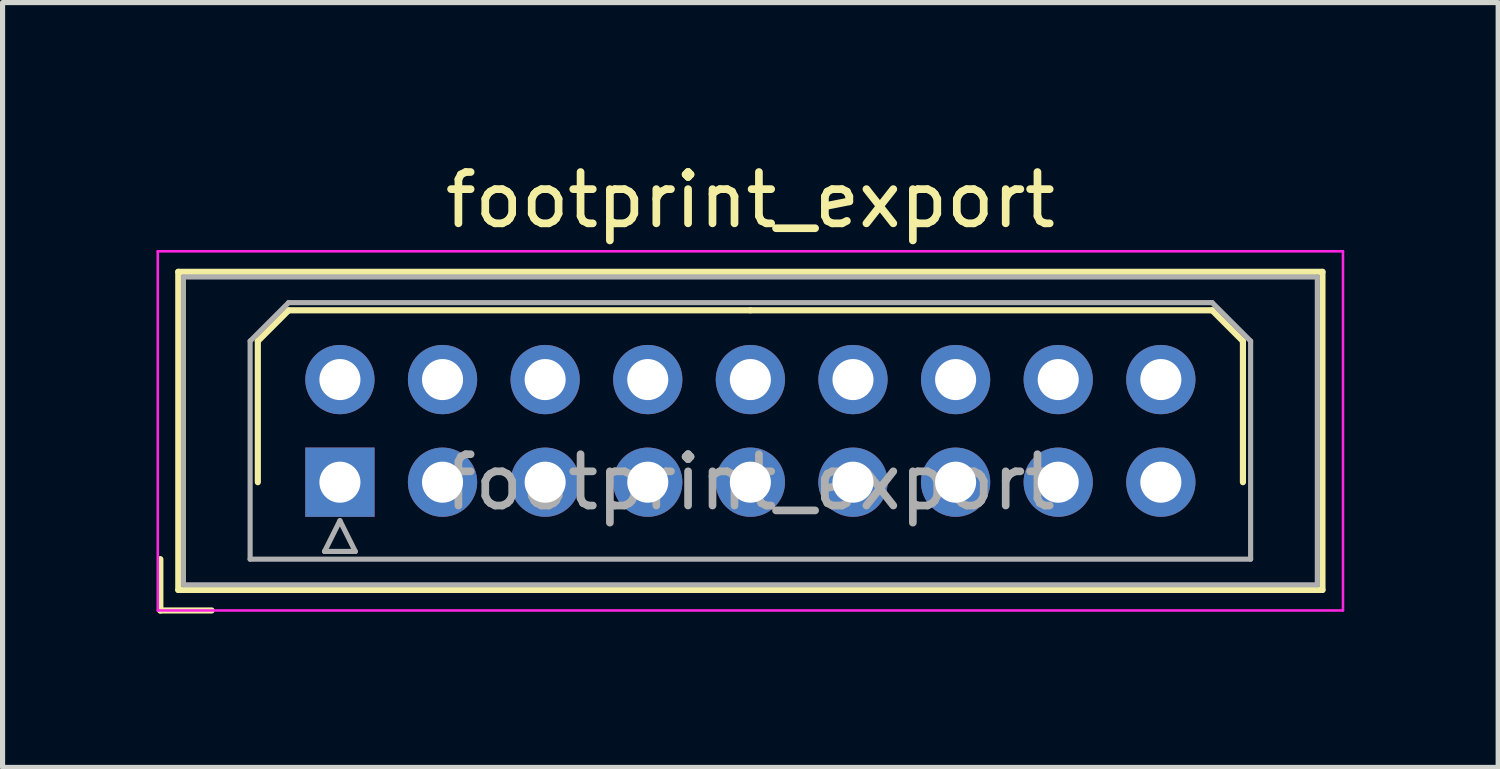
<source format=kicad_pcb>
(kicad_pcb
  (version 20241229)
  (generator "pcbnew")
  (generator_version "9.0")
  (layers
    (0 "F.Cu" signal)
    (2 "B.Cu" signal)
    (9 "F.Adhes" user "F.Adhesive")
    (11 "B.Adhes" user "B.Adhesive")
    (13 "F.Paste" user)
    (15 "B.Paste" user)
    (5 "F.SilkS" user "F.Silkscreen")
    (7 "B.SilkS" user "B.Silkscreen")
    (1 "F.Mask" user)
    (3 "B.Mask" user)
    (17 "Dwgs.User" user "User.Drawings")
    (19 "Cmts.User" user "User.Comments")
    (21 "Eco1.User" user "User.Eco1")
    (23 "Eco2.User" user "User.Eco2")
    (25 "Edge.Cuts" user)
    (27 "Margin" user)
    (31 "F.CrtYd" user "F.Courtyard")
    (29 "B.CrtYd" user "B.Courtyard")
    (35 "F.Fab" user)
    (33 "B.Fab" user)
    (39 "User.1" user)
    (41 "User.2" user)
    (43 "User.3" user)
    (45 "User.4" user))
  (footprint "footprint_export"
    (layer "F.Cu")
    (at 3.575 6.348)
    (property "Reference" "footprint_export" (at 8 -5.5 0) (layer "F.SilkS") (effects (font (size 1 1) (thickness 0.15))))
    (attr through_hole)
    (fp_line (start -3.5 1.5) (end -3.5 2.5) (stroke (width 0.12) (type solid)) (layer "F.SilkS"))
    (fp_line (start -3.5 2.5) (end -2.5 2.5) (stroke (width 0.12) (type solid)) (layer "F.SilkS"))
    (fp_line (start -3.15 -4.1) (end -3.15 2.1) (stroke (width 0.12) (type solid)) (layer "F.SilkS"))
    (fp_line (start -3.15 2.1) (end 19.15 2.1) (stroke (width 0.12) (type solid)) (layer "F.SilkS"))
    (fp_line (start -1.6 -2.75) (end -1 -3.35) (stroke (width 0.12) (type solid)) (layer "F.SilkS"))
    (fp_line (start -1.6 0) (end -1.6 -2.75) (stroke (width 0.12) (type solid)) (layer "F.SilkS"))
    (fp_line (start -1 -3.35) (end 8 -3.35) (stroke (width 0.12) (type solid)) (layer "F.SilkS"))
    (fp_line (start 17 -3.35) (end 8 -3.35) (stroke (width 0.12) (type solid)) (layer "F.SilkS"))
    (fp_line (start 17.6 -2.75) (end 17 -3.35) (stroke (width 0.12) (type solid)) (layer "F.SilkS"))
    (fp_line (start 17.6 0) (end 17.6 -2.75) (stroke (width 0.12) (type solid)) (layer "F.SilkS"))
    (fp_line (start 19.15 -4.1) (end -3.15 -4.1) (stroke (width 0.12) (type solid)) (layer "F.SilkS"))
    (fp_line (start 19.15 2.1) (end 19.15 -4.1) (stroke (width 0.12) (type solid)) (layer "F.SilkS"))
    (fp_line (start -3.55 -4.5) (end -3.55 2.5) (stroke (width 0.05) (type solid)) (layer "F.CrtYd"))
    (fp_line (start -3.55 2.5) (end 19.55 2.5) (stroke (width 0.05) (type solid)) (layer "F.CrtYd"))
    (fp_line (start 19.55 -4.5) (end -3.55 -4.5) (stroke (width 0.05) (type solid)) (layer "F.CrtYd"))
    (fp_line (start 19.55 2.5) (end 19.55 -4.5) (stroke (width 0.05) (type solid)) (layer "F.CrtYd"))
    (fp_line (start -3.05 -4) (end -3.05 2) (stroke (width 0.1) (type solid)) (layer "F.Fab"))
    (fp_line (start -3.05 2) (end 19.05 2) (stroke (width 0.1) (type solid)) (layer "F.Fab"))
    (fp_line (start -1.75 -2.75) (end -1 -3.5) (stroke (width 0.1) (type solid)) (layer "F.Fab"))
    (fp_line (start -1.75 1.5) (end -1.75 -2.75) (stroke (width 0.1) (type solid)) (layer "F.Fab"))
    (fp_line (start -1 -3.5) (end 17 -3.5) (stroke (width 0.1) (type solid)) (layer "F.Fab"))
    (fp_line (start -0.3 1.35) (end 0.3 1.35) (stroke (width 0.1) (type solid)) (layer "F.Fab"))
    (fp_line (start 0 0.75) (end -0.3 1.35) (stroke (width 0.1) (type solid)) (layer "F.Fab"))
    (fp_line (start 0.3 1.35) (end 0 0.75) (stroke (width 0.1) (type solid)) (layer "F.Fab"))
    (fp_line (start 17 -3.5) (end 17.75 -2.75) (stroke (width 0.1) (type solid)) (layer "F.Fab"))
    (fp_line (start 17.75 -2.75) (end 17.75 1.5) (stroke (width 0.1) (type solid)) (layer "F.Fab"))
    (fp_line (start 17.75 1.5) (end -1.75 1.5) (stroke (width 0.1) (type solid)) (layer "F.Fab"))
    (fp_line (start 19.05 -4) (end -3.05 -4) (stroke (width 0.1) (type solid)) (layer "F.Fab"))
    (fp_line (start 19.05 2) (end 19.05 -4) (stroke (width 0.1) (type solid)) (layer "F.Fab"))
    (fp_text user "${REFERENCE}" (at 8 0 0) (layer "F.Fab") (effects (font (size 1 1) (thickness 0.15))))
    (pad "1" thru_hole rect (at 0 0) (size 1.35 1.35) (drill 0.8) (layers "*.Cu" "*.Mask"))
    (pad "2" thru_hole circle (at 0 -2) (size 1.35 1.35) (drill 0.8) (layers "*.Cu" "*.Mask"))
    (pad "3" thru_hole circle (at 2 0) (size 1.35 1.35) (drill 0.8) (layers "*.Cu" "*.Mask"))
    (pad "4" thru_hole circle (at 2 -2) (size 1.35 1.35) (drill 0.8) (layers "*.Cu" "*.Mask"))
    (pad "5" thru_hole circle (at 4 0) (size 1.35 1.35) (drill 0.8) (layers "*.Cu" "*.Mask"))
    (pad "6" thru_hole circle (at 4 -2) (size 1.35 1.35) (drill 0.8) (layers "*.Cu" "*.Mask"))
    (pad "7" thru_hole circle (at 6 0) (size 1.35 1.35) (drill 0.8) (layers "*.Cu" "*.Mask"))
    (pad "8" thru_hole circle (at 6 -2) (size 1.35 1.35) (drill 0.8) (layers "*.Cu" "*.Mask"))
    (pad "9" thru_hole circle (at 8 0) (size 1.35 1.35) (drill 0.8) (layers "*.Cu" "*.Mask"))
    (pad "10" thru_hole circle (at 8 -2) (size 1.35 1.35) (drill 0.8) (layers "*.Cu" "*.Mask"))
    (pad "11" thru_hole circle (at 10 0) (size 1.35 1.35) (drill 0.8) (layers "*.Cu" "*.Mask"))
    (pad "12" thru_hole circle (at 10 -2) (size 1.35 1.35) (drill 0.8) (layers "*.Cu" "*.Mask"))
    (pad "13" thru_hole circle (at 12 0) (size 1.35 1.35) (drill 0.8) (layers "*.Cu" "*.Mask"))
    (pad "14" thru_hole circle (at 12 -2) (size 1.35 1.35) (drill 0.8) (layers "*.Cu" "*.Mask"))
    (pad "15" thru_hole circle (at 14 0) (size 1.35 1.35) (drill 0.8) (layers "*.Cu" "*.Mask"))
    (pad "16" thru_hole circle (at 14 -2) (size 1.35 1.35) (drill 0.8) (layers "*.Cu" "*.Mask"))
    (pad "17" thru_hole circle (at 16 0) (size 1.35 1.35) (drill 0.8) (layers "*.Cu" "*.Mask"))
    (pad "18" thru_hole circle (at 16 -2) (size 1.35 1.35) (drill 0.8) (layers "*.Cu" "*.Mask")))
  (gr_rect
    (start -3 -3)
    (end 26.15 11.908)
    (stroke (width 0.1) (type default))
    (fill no)
    (layer "Edge.Cuts")))
</source>
